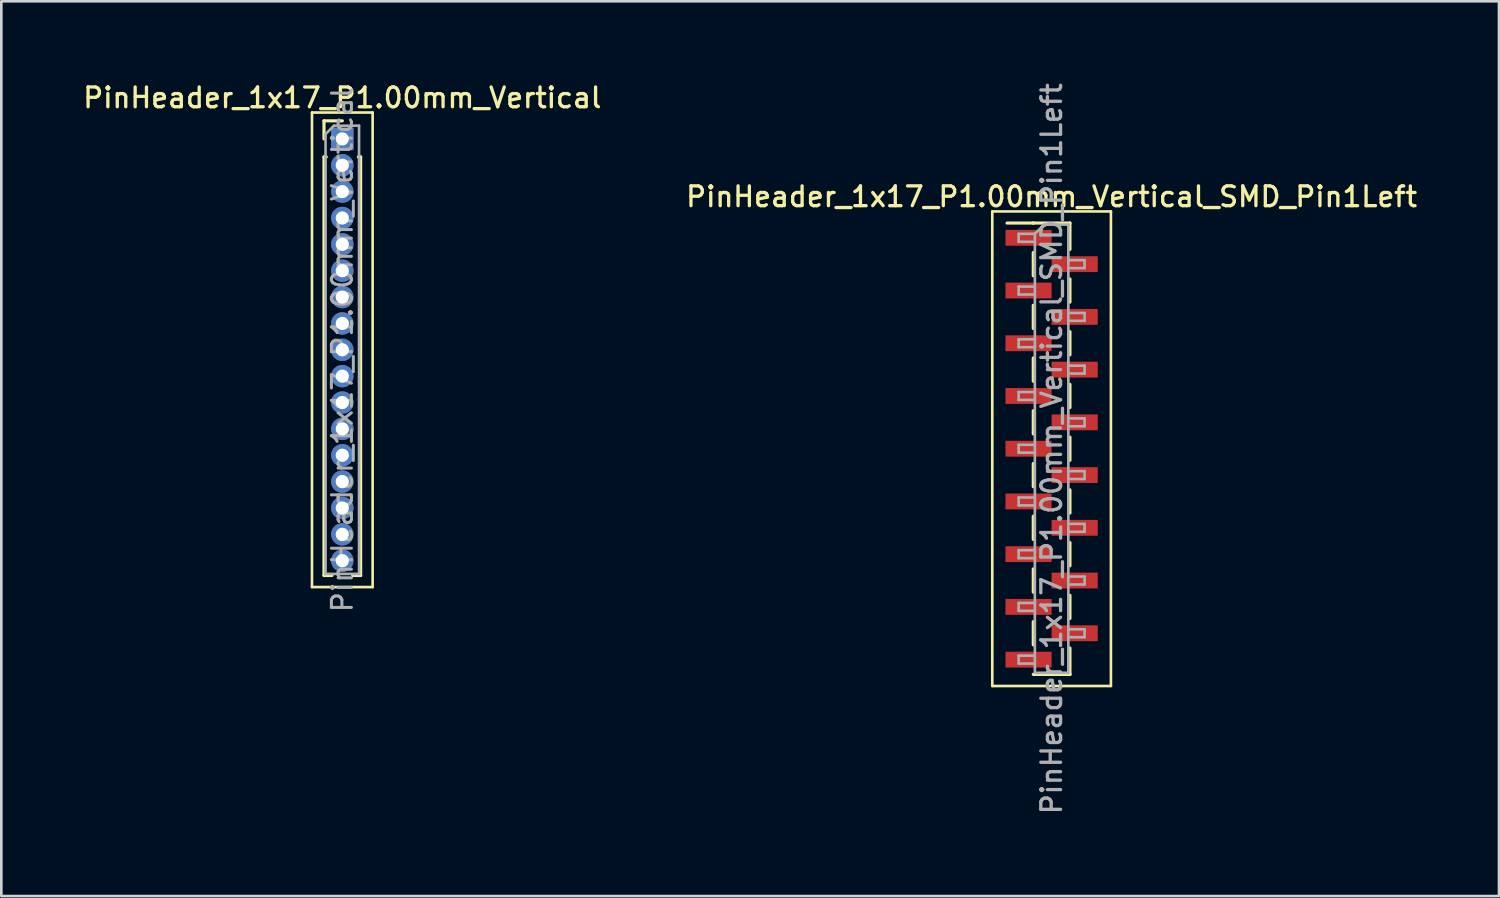
<source format=kicad_pcb>
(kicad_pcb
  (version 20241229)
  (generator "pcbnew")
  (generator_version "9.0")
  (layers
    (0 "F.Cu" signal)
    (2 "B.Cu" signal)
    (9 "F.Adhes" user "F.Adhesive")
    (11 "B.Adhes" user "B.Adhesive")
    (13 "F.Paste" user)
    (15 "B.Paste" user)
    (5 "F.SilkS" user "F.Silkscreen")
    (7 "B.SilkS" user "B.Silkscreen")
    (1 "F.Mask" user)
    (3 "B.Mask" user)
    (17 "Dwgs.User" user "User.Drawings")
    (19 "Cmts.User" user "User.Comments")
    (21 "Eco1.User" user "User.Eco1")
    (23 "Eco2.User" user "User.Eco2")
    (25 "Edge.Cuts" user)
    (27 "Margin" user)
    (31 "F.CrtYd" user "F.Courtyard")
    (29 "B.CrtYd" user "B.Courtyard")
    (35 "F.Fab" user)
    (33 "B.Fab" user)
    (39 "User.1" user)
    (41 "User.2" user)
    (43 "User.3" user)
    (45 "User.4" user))
  (footprint "PinHeader_1x17_P1.00mm_Vertical"
    (layer "F.Cu")
    (at 9.934 2.218)
    (property "Reference" "PinHeader_1x17_P1.00mm_Vertical" (at 0 -1.56 0) (layer "F.SilkS") (effects (font (size 0.75 0.75) (thickness 0.125))))
    (attr through_hole)
    (fp_line (start -1.15 -1) (end -1.15 17) (stroke (width 0.1) (type solid)) (layer "F.SilkS"))
    (fp_line (start -1.15 17) (end 1.15 17) (stroke (width 0.1) (type solid)) (layer "F.SilkS"))
    (fp_line (start -0.695 -0.685) (end 0 -0.685) (stroke (width 0.12) (type solid)) (layer "F.SilkS"))
    (fp_line (start -0.695 0) (end -0.695 -0.685) (stroke (width 0.12) (type solid)) (layer "F.SilkS"))
    (fp_line (start -0.695 0.685) (end -0.695 16.56) (stroke (width 0.12) (type solid)) (layer "F.SilkS"))
    (fp_line (start -0.695 0.685) (end -0.608 0.685) (stroke (width 0.12) (type solid)) (layer "F.SilkS"))
    (fp_line (start -0.695 16.56) (end -0.394 16.56) (stroke (width 0.12) (type solid)) (layer "F.SilkS"))
    (fp_line (start 0.394 16.56) (end 0.695 16.56) (stroke (width 0.12) (type solid)) (layer "F.SilkS"))
    (fp_line (start 0.608 0.685) (end 0.695 0.685) (stroke (width 0.12) (type solid)) (layer "F.SilkS"))
    (fp_line (start 0.695 0.685) (end 0.695 16.56) (stroke (width 0.12) (type solid)) (layer "F.SilkS"))
    (fp_line (start 1.15 -1) (end -1.15 -1) (stroke (width 0.1) (type solid)) (layer "F.SilkS"))
    (fp_line (start 1.15 17) (end 1.15 -1) (stroke (width 0.1) (type solid)) (layer "F.SilkS"))
    (fp_line (start -0.635 -0.182) (end -0.318 -0.5) (stroke (width 0.1) (type solid)) (layer "F.Fab"))
    (fp_line (start -0.635 16.5) (end -0.635 -0.182) (stroke (width 0.1) (type solid)) (layer "F.Fab"))
    (fp_line (start -0.318 -0.5) (end 0.635 -0.5) (stroke (width 0.1) (type solid)) (layer "F.Fab"))
    (fp_line (start 0.635 -0.5) (end 0.635 16.5) (stroke (width 0.1) (type solid)) (layer "F.Fab"))
    (fp_line (start 0.635 16.5) (end -0.635 16.5) (stroke (width 0.1) (type solid)) (layer "F.Fab"))
    (fp_text user "${REFERENCE}" (at 0 8 90) (layer "F.Fab") (effects (font (size 0.76 0.76) (thickness 0.114))))
    (pad "1" thru_hole rect (at 0 0) (size 0.85 0.85) (drill 0.5) (layers "*.Cu" "*.Mask"))
    (pad "2" thru_hole oval (at 0 1) (size 0.85 0.85) (drill 0.5) (layers "*.Cu" "*.Mask"))
    (pad "3" thru_hole oval (at 0 2) (size 0.85 0.85) (drill 0.5) (layers "*.Cu" "*.Mask"))
    (pad "4" thru_hole oval (at 0 3) (size 0.85 0.85) (drill 0.5) (layers "*.Cu" "*.Mask"))
    (pad "5" thru_hole oval (at 0 4) (size 0.85 0.85) (drill 0.5) (layers "*.Cu" "*.Mask"))
    (pad "6" thru_hole oval (at 0 5) (size 0.85 0.85) (drill 0.5) (layers "*.Cu" "*.Mask"))
    (pad "7" thru_hole oval (at 0 6) (size 0.85 0.85) (drill 0.5) (layers "*.Cu" "*.Mask"))
    (pad "8" thru_hole oval (at 0 7) (size 0.85 0.85) (drill 0.5) (layers "*.Cu" "*.Mask"))
    (pad "9" thru_hole oval (at 0 8) (size 0.85 0.85) (drill 0.5) (layers "*.Cu" "*.Mask"))
    (pad "10" thru_hole oval (at 0 9) (size 0.85 0.85) (drill 0.5) (layers "*.Cu" "*.Mask"))
    (pad "11" thru_hole oval (at 0 10) (size 0.85 0.85) (drill 0.5) (layers "*.Cu" "*.Mask"))
    (pad "12" thru_hole oval (at 0 11) (size 0.85 0.85) (drill 0.5) (layers "*.Cu" "*.Mask"))
    (pad "13" thru_hole oval (at 0 12) (size 0.85 0.85) (drill 0.5) (layers "*.Cu" "*.Mask"))
    (pad "14" thru_hole oval (at 0 13) (size 0.85 0.85) (drill 0.5) (layers "*.Cu" "*.Mask"))
    (pad "15" thru_hole oval (at 0 14) (size 0.85 0.85) (drill 0.5) (layers "*.Cu" "*.Mask"))
    (pad "16" thru_hole oval (at 0 15) (size 0.85 0.85) (drill 0.5) (layers "*.Cu" "*.Mask"))
    (pad "17" thru_hole oval (at 0 16) (size 0.85 0.85) (drill 0.5) (layers "*.Cu" "*.Mask")))
  (footprint "PinHeader_1x17_P1.00mm_Vertical_SMD_Pin1Left"
    (layer "F.Cu")
    (at 36.838 13.97)
    (property "Reference" "PinHeader_1x17_P1.00mm_Vertical_SMD_Pin1Left" (at 0 -9.56 0) (layer "F.SilkS") (effects (font (size 0.75 0.75) (thickness 0.125))))
    (attr smd)
    (fp_line (start -2.25 -9) (end -2.25 9) (stroke (width 0.1) (type solid)) (layer "F.SilkS"))
    (fp_line (start -2.25 9) (end 2.25 9) (stroke (width 0.1) (type solid)) (layer "F.SilkS"))
    (fp_line (start -0.695 -8.56) (end -1.69 -8.56) (stroke (width 0.12) (type solid)) (layer "F.SilkS"))
    (fp_line (start -0.695 -8.56) (end -0.695 -8.56) (stroke (width 0.12) (type solid)) (layer "F.SilkS"))
    (fp_line (start -0.695 -8.56) (end 0.695 -8.56) (stroke (width 0.12) (type solid)) (layer "F.SilkS"))
    (fp_line (start -0.695 -7.44) (end -0.695 -6.56) (stroke (width 0.12) (type solid)) (layer "F.SilkS"))
    (fp_line (start -0.695 -5.44) (end -0.695 -4.56) (stroke (width 0.12) (type solid)) (layer "F.SilkS"))
    (fp_line (start -0.695 -3.44) (end -0.695 -2.56) (stroke (width 0.12) (type solid)) (layer "F.SilkS"))
    (fp_line (start -0.695 -1.44) (end -0.695 -0.56) (stroke (width 0.12) (type solid)) (layer "F.SilkS"))
    (fp_line (start -0.695 0.56) (end -0.695 1.44) (stroke (width 0.12) (type solid)) (layer "F.SilkS"))
    (fp_line (start -0.695 2.56) (end -0.695 3.44) (stroke (width 0.12) (type solid)) (layer "F.SilkS"))
    (fp_line (start -0.695 4.56) (end -0.695 5.44) (stroke (width 0.12) (type solid)) (layer "F.SilkS"))
    (fp_line (start -0.695 6.56) (end -0.695 7.44) (stroke (width 0.12) (type solid)) (layer "F.SilkS"))
    (fp_line (start -0.695 8.56) (end 0.695 8.56) (stroke (width 0.12) (type solid)) (layer "F.SilkS"))
    (fp_line (start 0.695 -8.56) (end 0.695 -7.56) (stroke (width 0.12) (type solid)) (layer "F.SilkS"))
    (fp_line (start 0.695 -6.44) (end 0.695 -5.56) (stroke (width 0.12) (type solid)) (layer "F.SilkS"))
    (fp_line (start 0.695 -4.44) (end 0.695 -3.56) (stroke (width 0.12) (type solid)) (layer "F.SilkS"))
    (fp_line (start 0.695 -2.44) (end 0.695 -1.56) (stroke (width 0.12) (type solid)) (layer "F.SilkS"))
    (fp_line (start 0.695 -0.44) (end 0.695 0.44) (stroke (width 0.12) (type solid)) (layer "F.SilkS"))
    (fp_line (start 0.695 1.56) (end 0.695 2.44) (stroke (width 0.12) (type solid)) (layer "F.SilkS"))
    (fp_line (start 0.695 3.56) (end 0.695 4.44) (stroke (width 0.12) (type solid)) (layer "F.SilkS"))
    (fp_line (start 0.695 5.56) (end 0.695 6.44) (stroke (width 0.12) (type solid)) (layer "F.SilkS"))
    (fp_line (start 0.695 7.56) (end 0.695 8.56) (stroke (width 0.12) (type solid)) (layer "F.SilkS"))
    (fp_line (start 0.695 8.56) (end 0.695 8.56) (stroke (width 0.12) (type solid)) (layer "F.SilkS"))
    (fp_line (start 2.25 -9) (end -2.25 -9) (stroke (width 0.1) (type solid)) (layer "F.SilkS"))
    (fp_line (start 2.25 9) (end 2.25 -9) (stroke (width 0.1) (type solid)) (layer "F.SilkS"))
    (fp_line (start -1.25 -8.15) (end -1.25 -7.85) (stroke (width 0.1) (type solid)) (layer "F.Fab"))
    (fp_line (start -1.25 -7.85) (end -0.635 -7.85) (stroke (width 0.1) (type solid)) (layer "F.Fab"))
    (fp_line (start -1.25 -6.15) (end -1.25 -5.85) (stroke (width 0.1) (type solid)) (layer "F.Fab"))
    (fp_line (start -1.25 -5.85) (end -0.635 -5.85) (stroke (width 0.1) (type solid)) (layer "F.Fab"))
    (fp_line (start -1.25 -4.15) (end -1.25 -3.85) (stroke (width 0.1) (type solid)) (layer "F.Fab"))
    (fp_line (start -1.25 -3.85) (end -0.635 -3.85) (stroke (width 0.1) (type solid)) (layer "F.Fab"))
    (fp_line (start -1.25 -2.15) (end -1.25 -1.85) (stroke (width 0.1) (type solid)) (layer "F.Fab"))
    (fp_line (start -1.25 -1.85) (end -0.635 -1.85) (stroke (width 0.1) (type solid)) (layer "F.Fab"))
    (fp_line (start -1.25 -0.15) (end -1.25 0.15) (stroke (width 0.1) (type solid)) (layer "F.Fab"))
    (fp_line (start -1.25 0.15) (end -0.635 0.15) (stroke (width 0.1) (type solid)) (layer "F.Fab"))
    (fp_line (start -1.25 1.85) (end -1.25 2.15) (stroke (width 0.1) (type solid)) (layer "F.Fab"))
    (fp_line (start -1.25 2.15) (end -0.635 2.15) (stroke (width 0.1) (type solid)) (layer "F.Fab"))
    (fp_line (start -1.25 3.85) (end -1.25 4.15) (stroke (width 0.1) (type solid)) (layer "F.Fab"))
    (fp_line (start -1.25 4.15) (end -0.635 4.15) (stroke (width 0.1) (type solid)) (layer "F.Fab"))
    (fp_line (start -1.25 5.85) (end -1.25 6.15) (stroke (width 0.1) (type solid)) (layer "F.Fab"))
    (fp_line (start -1.25 6.15) (end -0.635 6.15) (stroke (width 0.1) (type solid)) (layer "F.Fab"))
    (fp_line (start -1.25 7.85) (end -1.25 8.15) (stroke (width 0.1) (type solid)) (layer "F.Fab"))
    (fp_line (start -1.25 8.15) (end -0.635 8.15) (stroke (width 0.1) (type solid)) (layer "F.Fab"))
    (fp_line (start -0.635 -8.15) (end -1.25 -8.15) (stroke (width 0.1) (type solid)) (layer "F.Fab"))
    (fp_line (start -0.635 -8.15) (end -0.285 -8.5) (stroke (width 0.1) (type solid)) (layer "F.Fab"))
    (fp_line (start -0.635 -6.15) (end -1.25 -6.15) (stroke (width 0.1) (type solid)) (layer "F.Fab"))
    (fp_line (start -0.635 -4.15) (end -1.25 -4.15) (stroke (width 0.1) (type solid)) (layer "F.Fab"))
    (fp_line (start -0.635 -2.15) (end -1.25 -2.15) (stroke (width 0.1) (type solid)) (layer "F.Fab"))
    (fp_line (start -0.635 -0.15) (end -1.25 -0.15) (stroke (width 0.1) (type solid)) (layer "F.Fab"))
    (fp_line (start -0.635 1.85) (end -1.25 1.85) (stroke (width 0.1) (type solid)) (layer "F.Fab"))
    (fp_line (start -0.635 3.85) (end -1.25 3.85) (stroke (width 0.1) (type solid)) (layer "F.Fab"))
    (fp_line (start -0.635 5.85) (end -1.25 5.85) (stroke (width 0.1) (type solid)) (layer "F.Fab"))
    (fp_line (start -0.635 7.85) (end -1.25 7.85) (stroke (width 0.1) (type solid)) (layer "F.Fab"))
    (fp_line (start -0.635 8.5) (end -0.635 -8.15) (stroke (width 0.1) (type solid)) (layer "F.Fab"))
    (fp_line (start -0.285 -8.5) (end 0.635 -8.5) (stroke (width 0.1) (type solid)) (layer "F.Fab"))
    (fp_line (start 0.635 -8.5) (end 0.635 8.5) (stroke (width 0.1) (type solid)) (layer "F.Fab"))
    (fp_line (start 0.635 -7.15) (end 1.25 -7.15) (stroke (width 0.1) (type solid)) (layer "F.Fab"))
    (fp_line (start 0.635 -5.15) (end 1.25 -5.15) (stroke (width 0.1) (type solid)) (layer "F.Fab"))
    (fp_line (start 0.635 -3.15) (end 1.25 -3.15) (stroke (width 0.1) (type solid)) (layer "F.Fab"))
    (fp_line (start 0.635 -1.15) (end 1.25 -1.15) (stroke (width 0.1) (type solid)) (layer "F.Fab"))
    (fp_line (start 0.635 0.85) (end 1.25 0.85) (stroke (width 0.1) (type solid)) (layer "F.Fab"))
    (fp_line (start 0.635 2.85) (end 1.25 2.85) (stroke (width 0.1) (type solid)) (layer "F.Fab"))
    (fp_line (start 0.635 4.85) (end 1.25 4.85) (stroke (width 0.1) (type solid)) (layer "F.Fab"))
    (fp_line (start 0.635 6.85) (end 1.25 6.85) (stroke (width 0.1) (type solid)) (layer "F.Fab"))
    (fp_line (start 0.635 8.5) (end -0.635 8.5) (stroke (width 0.1) (type solid)) (layer "F.Fab"))
    (fp_line (start 1.25 -7.15) (end 1.25 -6.85) (stroke (width 0.1) (type solid)) (layer "F.Fab"))
    (fp_line (start 1.25 -6.85) (end 0.635 -6.85) (stroke (width 0.1) (type solid)) (layer "F.Fab"))
    (fp_line (start 1.25 -5.15) (end 1.25 -4.85) (stroke (width 0.1) (type solid)) (layer "F.Fab"))
    (fp_line (start 1.25 -4.85) (end 0.635 -4.85) (stroke (width 0.1) (type solid)) (layer "F.Fab"))
    (fp_line (start 1.25 -3.15) (end 1.25 -2.85) (stroke (width 0.1) (type solid)) (layer "F.Fab"))
    (fp_line (start 1.25 -2.85) (end 0.635 -2.85) (stroke (width 0.1) (type solid)) (layer "F.Fab"))
    (fp_line (start 1.25 -1.15) (end 1.25 -0.85) (stroke (width 0.1) (type solid)) (layer "F.Fab"))
    (fp_line (start 1.25 -0.85) (end 0.635 -0.85) (stroke (width 0.1) (type solid)) (layer "F.Fab"))
    (fp_line (start 1.25 0.85) (end 1.25 1.15) (stroke (width 0.1) (type solid)) (layer "F.Fab"))
    (fp_line (start 1.25 1.15) (end 0.635 1.15) (stroke (width 0.1) (type solid)) (layer "F.Fab"))
    (fp_line (start 1.25 2.85) (end 1.25 3.15) (stroke (width 0.1) (type solid)) (layer "F.Fab"))
    (fp_line (start 1.25 3.15) (end 0.635 3.15) (stroke (width 0.1) (type solid)) (layer "F.Fab"))
    (fp_line (start 1.25 4.85) (end 1.25 5.15) (stroke (width 0.1) (type solid)) (layer "F.Fab"))
    (fp_line (start 1.25 5.15) (end 0.635 5.15) (stroke (width 0.1) (type solid)) (layer "F.Fab"))
    (fp_line (start 1.25 6.85) (end 1.25 7.15) (stroke (width 0.1) (type solid)) (layer "F.Fab"))
    (fp_line (start 1.25 7.15) (end 0.635 7.15) (stroke (width 0.1) (type solid)) (layer "F.Fab"))
    (fp_text user "${REFERENCE}" (at 0 0 90) (layer "F.Fab") (effects (font (size 0.75 0.75) (thickness 0.125))))
    (pad "1" smd rect (at -0.875 -8) (size 1.75 0.6) (layers "F.Cu" "F.Mask" "F.Paste"))
    (pad "2" smd rect (at 0.875 -7) (size 1.75 0.6) (layers "F.Cu" "F.Mask" "F.Paste"))
    (pad "3" smd rect (at -0.875 -6) (size 1.75 0.6) (layers "F.Cu" "F.Mask" "F.Paste"))
    (pad "4" smd rect (at 0.875 -5) (size 1.75 0.6) (layers "F.Cu" "F.Mask" "F.Paste"))
    (pad "5" smd rect (at -0.875 -4) (size 1.75 0.6) (layers "F.Cu" "F.Mask" "F.Paste"))
    (pad "6" smd rect (at 0.875 -3) (size 1.75 0.6) (layers "F.Cu" "F.Mask" "F.Paste"))
    (pad "7" smd rect (at -0.875 -2) (size 1.75 0.6) (layers "F.Cu" "F.Mask" "F.Paste"))
    (pad "8" smd rect (at 0.875 -1) (size 1.75 0.6) (layers "F.Cu" "F.Mask" "F.Paste"))
    (pad "9" smd rect (at -0.875 0) (size 1.75 0.6) (layers "F.Cu" "F.Mask" "F.Paste"))
    (pad "10" smd rect (at 0.875 1) (size 1.75 0.6) (layers "F.Cu" "F.Mask" "F.Paste"))
    (pad "11" smd rect (at -0.875 2) (size 1.75 0.6) (layers "F.Cu" "F.Mask" "F.Paste"))
    (pad "12" smd rect (at 0.875 3) (size 1.75 0.6) (layers "F.Cu" "F.Mask" "F.Paste"))
    (pad "13" smd rect (at -0.875 4) (size 1.75 0.6) (layers "F.Cu" "F.Mask" "F.Paste"))
    (pad "14" smd rect (at 0.875 5) (size 1.75 0.6) (layers "F.Cu" "F.Mask" "F.Paste"))
    (pad "15" smd rect (at -0.875 6) (size 1.75 0.6) (layers "F.Cu" "F.Mask" "F.Paste"))
    (pad "16" smd rect (at 0.875 7) (size 1.75 0.6) (layers "F.Cu" "F.Mask" "F.Paste"))
    (pad "17" smd rect (at -0.875 8) (size 1.75 0.6) (layers "F.Cu" "F.Mask" "F.Paste")))
  (gr_rect
    (start -3 -3)
    (end 53.807 30.939)
    (stroke (width 0.1) (type default))
    (fill no)
    (layer "Edge.Cuts")))
</source>
